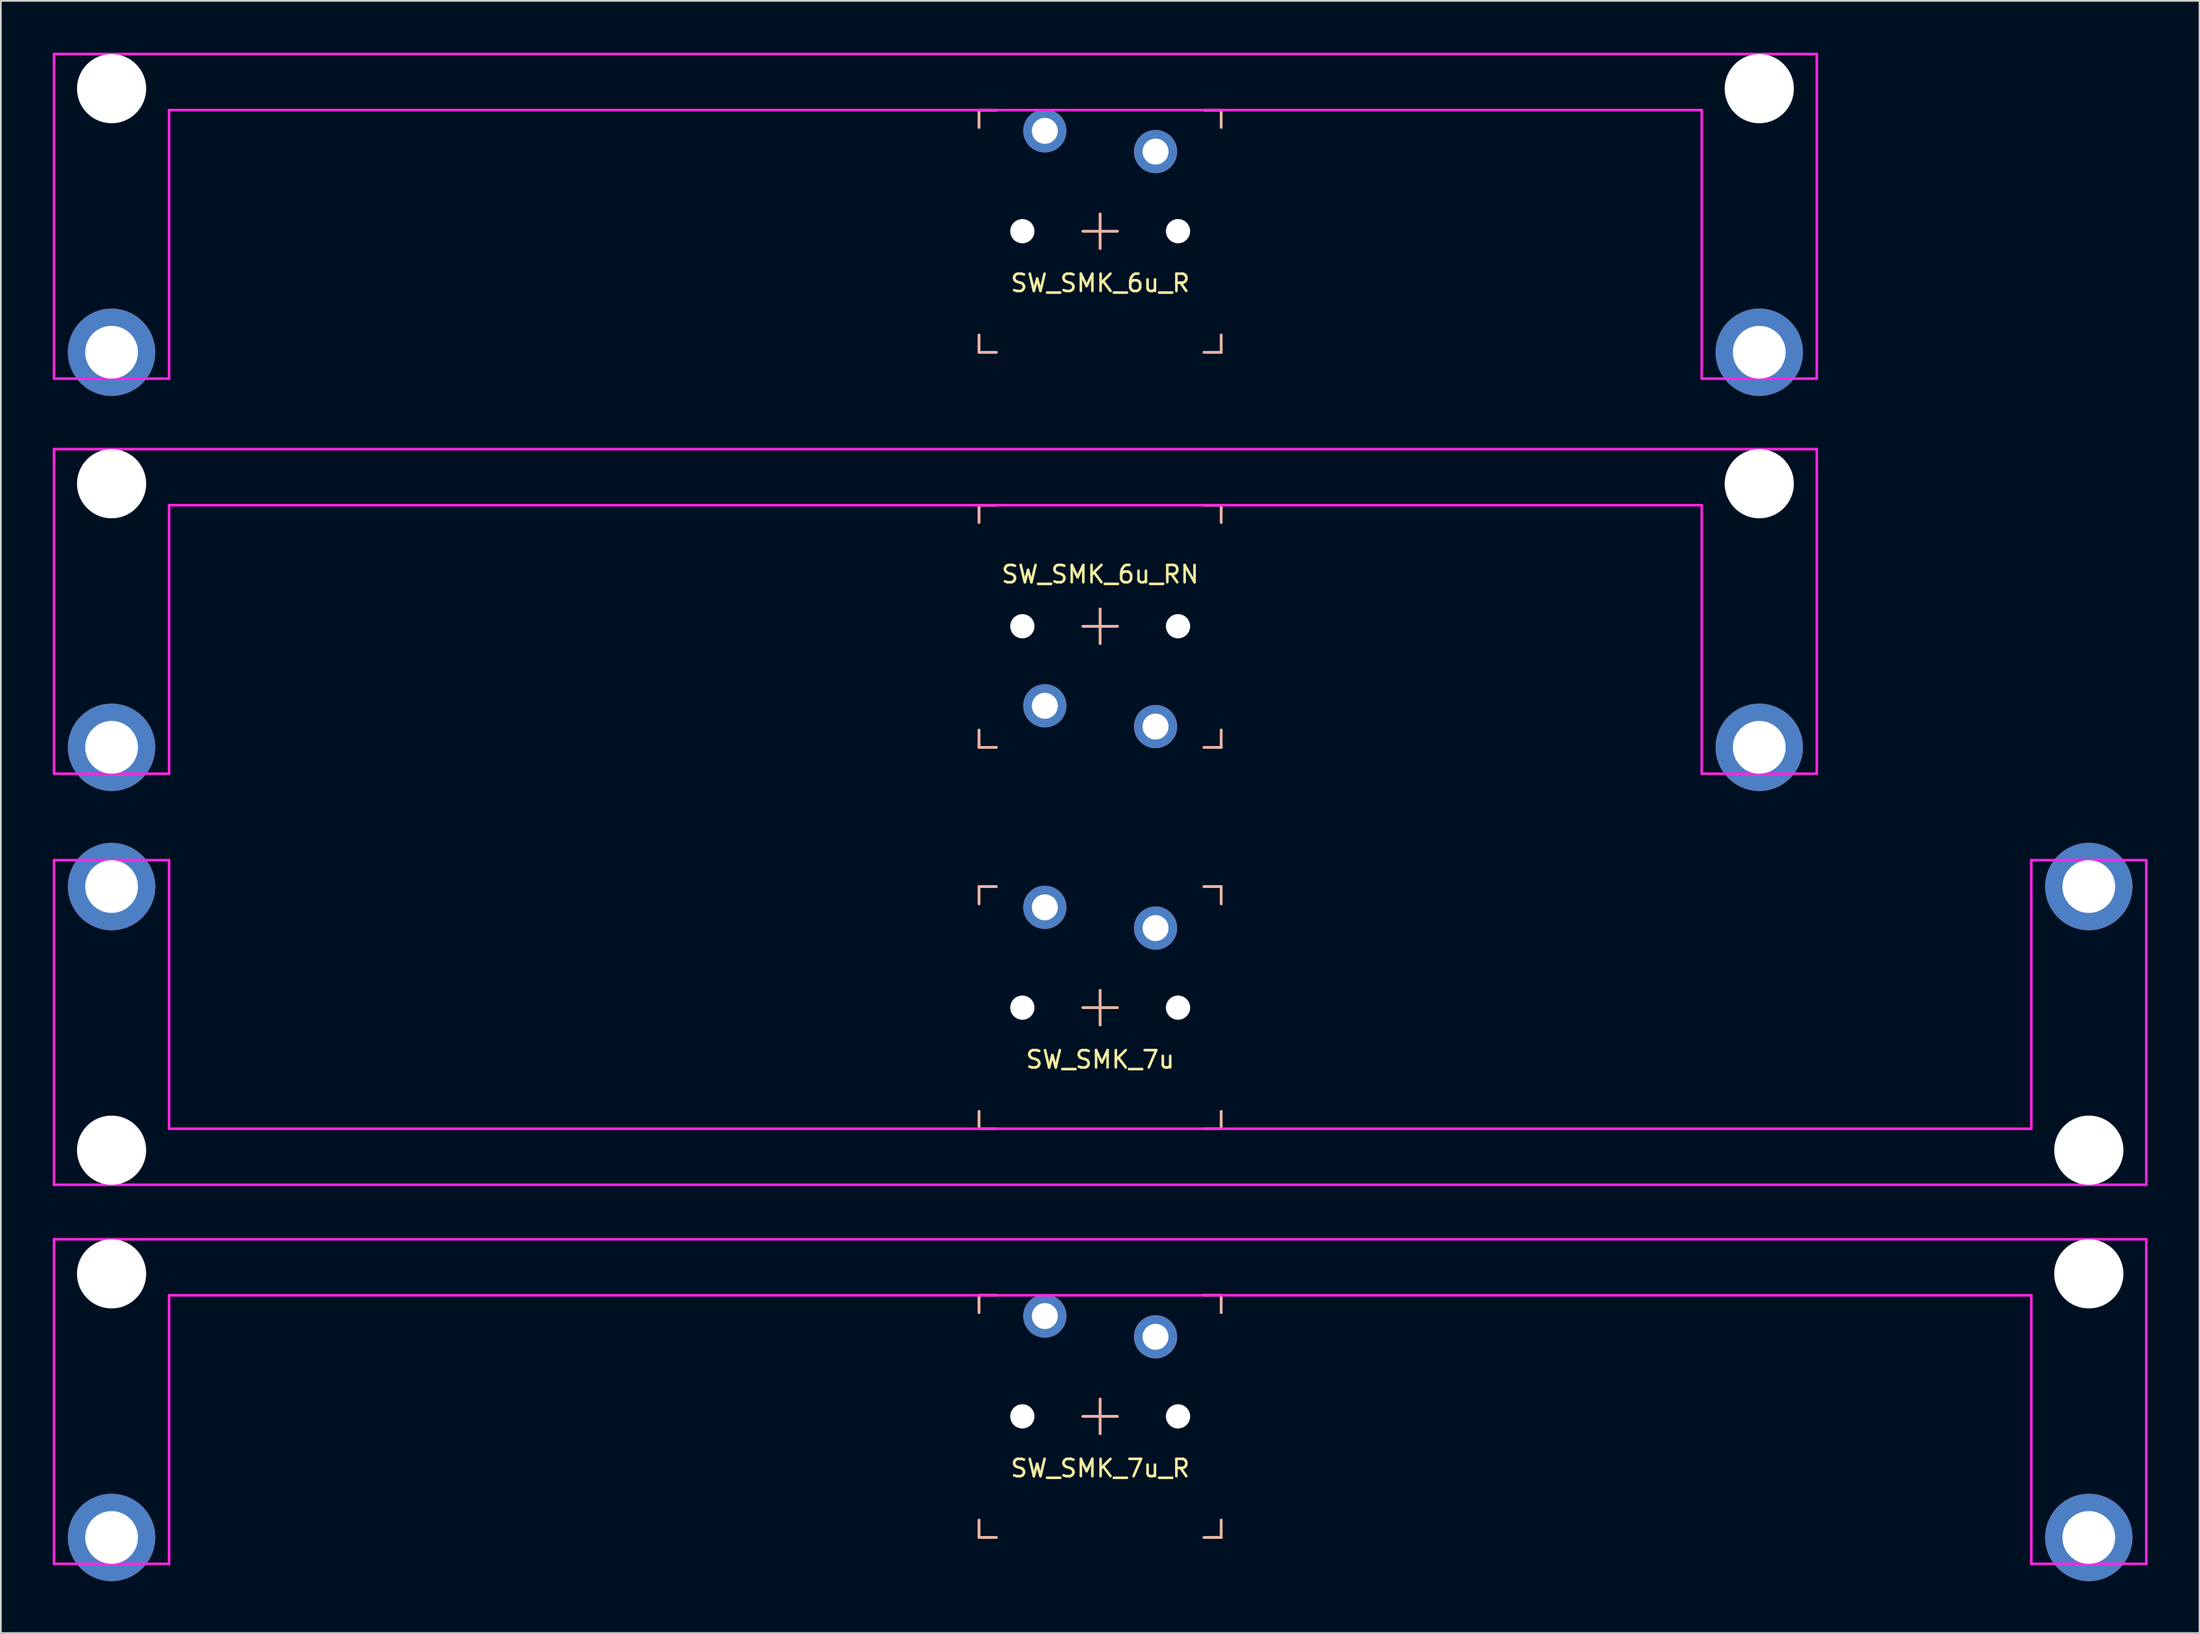
<source format=kicad_pcb>
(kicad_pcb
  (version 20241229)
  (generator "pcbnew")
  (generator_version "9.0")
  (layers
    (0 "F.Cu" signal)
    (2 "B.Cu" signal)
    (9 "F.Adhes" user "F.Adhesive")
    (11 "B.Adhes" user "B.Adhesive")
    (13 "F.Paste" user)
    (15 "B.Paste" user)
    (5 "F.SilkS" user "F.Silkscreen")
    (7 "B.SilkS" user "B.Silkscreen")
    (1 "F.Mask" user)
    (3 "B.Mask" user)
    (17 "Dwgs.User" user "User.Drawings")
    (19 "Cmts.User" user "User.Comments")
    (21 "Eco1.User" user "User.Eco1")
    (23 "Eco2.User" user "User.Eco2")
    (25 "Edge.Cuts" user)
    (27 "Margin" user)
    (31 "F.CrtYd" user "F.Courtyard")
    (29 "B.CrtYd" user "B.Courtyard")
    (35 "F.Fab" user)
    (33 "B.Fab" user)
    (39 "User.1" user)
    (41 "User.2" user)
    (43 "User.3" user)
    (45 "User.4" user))
  (footprint "SW_SMK_7u_R"
    (layer "F.Cu")
    (at 60.55 78.835)
    (property "Reference" "SW_SMK_7u_R" (at 0 3 0) (layer "F.SilkS") (effects (font (size 1 1) (thickness 0.15))))
    (attr through_hole)
    (fp_line (start -7 -7) (end -7 -6) (stroke (width 0.15) (type solid)) (layer "F.SilkS"))
    (fp_line (start -7 6) (end -7 7) (stroke (width 0.15) (type solid)) (layer "F.SilkS"))
    (fp_line (start -7 7) (end -6 7) (stroke (width 0.15) (type solid)) (layer "F.SilkS"))
    (fp_line (start -6 -7) (end -7 -7) (stroke (width 0.15) (type solid)) (layer "F.SilkS"))
    (fp_line (start -1 0) (end 1 0) (stroke (width 0.15) (type solid)) (layer "F.SilkS"))
    (fp_line (start 0 -1) (end 0 1) (stroke (width 0.15) (type solid)) (layer "F.SilkS"))
    (fp_line (start 6 7) (end 7 7) (stroke (width 0.15) (type solid)) (layer "F.SilkS"))
    (fp_line (start 7 -7) (end 6 -7) (stroke (width 0.15) (type solid)) (layer "F.SilkS"))
    (fp_line (start 7 -6) (end 7 -7) (stroke (width 0.15) (type solid)) (layer "F.SilkS"))
    (fp_line (start 7 7) (end 7 6) (stroke (width 0.15) (type solid)) (layer "F.SilkS"))
    (fp_line (start -7 -7) (end -7 -6) (stroke (width 0.15) (type solid)) (layer "B.SilkS"))
    (fp_line (start -7 6) (end -7 7) (stroke (width 0.15) (type solid)) (layer "B.SilkS"))
    (fp_line (start -7 7) (end -6 7) (stroke (width 0.15) (type solid)) (layer "B.SilkS"))
    (fp_line (start -6 -7) (end -7 -7) (stroke (width 0.15) (type solid)) (layer "B.SilkS"))
    (fp_line (start -1 0) (end 1 0) (stroke (width 0.15) (type solid)) (layer "B.SilkS"))
    (fp_line (start 0 1) (end 0 -1) (stroke (width 0.15) (type solid)) (layer "B.SilkS"))
    (fp_line (start 6 7) (end 7 7) (stroke (width 0.15) (type solid)) (layer "B.SilkS"))
    (fp_line (start 7 -7) (end 6 -7) (stroke (width 0.15) (type solid)) (layer "B.SilkS"))
    (fp_line (start 7 -6) (end 7 -7) (stroke (width 0.15) (type solid)) (layer "B.SilkS"))
    (fp_line (start 7 7) (end 7 6) (stroke (width 0.15) (type solid)) (layer "B.SilkS"))
    (fp_line (start -60.475 -10.24) (end -60.475 8.525) (stroke (width 0.15) (type solid)) (layer "F.CrtYd"))
    (fp_line (start -60.475 8.525) (end -53.825 8.525) (stroke (width 0.15) (type solid)) (layer "F.CrtYd"))
    (fp_line (start -53.825 -7) (end 53.825 -7) (stroke (width 0.15) (type solid)) (layer "F.CrtYd"))
    (fp_line (start -53.825 8.525) (end -53.825 -7) (stroke (width 0.15) (type solid)) (layer "F.CrtYd"))
    (fp_line (start 53.825 8.525) (end 53.825 -7) (stroke (width 0.15) (type solid)) (layer "F.CrtYd"))
    (fp_line (start 60.475 -10.24) (end -60.475 -10.24) (stroke (width 0.15) (type solid)) (layer "F.CrtYd"))
    (fp_line (start 60.475 -10.24) (end 60.475 8.525) (stroke (width 0.15) (type solid)) (layer "F.CrtYd"))
    (fp_line (start 60.475 8.525) (end 53.825 8.525) (stroke (width 0.15) (type solid)) (layer "F.CrtYd"))
    (pad "" np_thru_hole circle (at -57.15 -8.24) (size 4 4) (drill 4) (layers "*.Cu" "*.Mask"))
    (pad "" np_thru_hole circle (at -57.15 7) (size 3.05 3.05) (drill 3.05) (layers "*.Cu" "*.Mask"))
    (pad "" np_thru_hole circle (at -4.5 0) (size 1.4 1.4) (drill 1.4) (layers "*.Cu" "*.Mask"))
    (pad "" np_thru_hole circle (at 4.5 0) (size 1.4 1.4) (drill 1.4) (layers "*.Cu" "*.Mask"))
    (pad "" np_thru_hole circle (at 57.15 -8.24) (size 4 4) (drill 4) (layers "*.Cu" "*.Mask"))
    (pad "" np_thru_hole circle (at 57.15 7) (size 3.05 3.05) (drill 3.05) (layers "*.Cu" "*.Mask"))
    (pad "1" thru_hole circle (at -3.2 -5.8) (size 2.5 2.5) (drill 1.5) (layers "*.Cu" "*.Mask"))
    (pad "2" thru_hole circle (at 3.2 -4.6) (size 2.5 2.5) (drill 1.5) (layers "*.Cu" "*.Mask"))
    (pad "3" smd circle (at -57.15 7) (size 5.05 5.05) (layers "F.Cu"))
    (pad "3" smd circle (at -57.15 7) (size 5.05 5.05) (layers "B.Cu" "B.Mask"))
    (pad "3" smd circle (at 57.15 7) (size 5.05 5.05) (layers "F.Cu"))
    (pad "3" smd circle (at 57.15 7) (size 5.05 5.05) (layers "B.Cu" "B.Mask")))
  (footprint "SW_SMK_7u"
    (layer "F.Cu")
    (at 60.55 55.205)
    (property "Reference" "SW_SMK_7u" (at 0 3 0) (layer "F.SilkS") (effects (font (size 1 1) (thickness 0.15))))
    (attr through_hole)
    (fp_line (start -7 -7) (end -7 -6) (stroke (width 0.15) (type solid)) (layer "F.SilkS"))
    (fp_line (start -7 6) (end -7 7) (stroke (width 0.15) (type solid)) (layer "F.SilkS"))
    (fp_line (start -7 7) (end -6 7) (stroke (width 0.15) (type solid)) (layer "F.SilkS"))
    (fp_line (start -6 -7) (end -7 -7) (stroke (width 0.15) (type solid)) (layer "F.SilkS"))
    (fp_line (start -1 0) (end 1 0) (stroke (width 0.15) (type solid)) (layer "F.SilkS"))
    (fp_line (start 0 -1) (end 0 1) (stroke (width 0.15) (type solid)) (layer "F.SilkS"))
    (fp_line (start 6 7) (end 7 7) (stroke (width 0.15) (type solid)) (layer "F.SilkS"))
    (fp_line (start 7 -7) (end 6 -7) (stroke (width 0.15) (type solid)) (layer "F.SilkS"))
    (fp_line (start 7 -6) (end 7 -7) (stroke (width 0.15) (type solid)) (layer "F.SilkS"))
    (fp_line (start 7 7) (end 7 6) (stroke (width 0.15) (type solid)) (layer "F.SilkS"))
    (fp_line (start -7 -7) (end -7 -6) (stroke (width 0.15) (type solid)) (layer "B.SilkS"))
    (fp_line (start -7 6) (end -7 7) (stroke (width 0.15) (type solid)) (layer "B.SilkS"))
    (fp_line (start -7 7) (end -6 7) (stroke (width 0.15) (type solid)) (layer "B.SilkS"))
    (fp_line (start -6 -7) (end -7 -7) (stroke (width 0.15) (type solid)) (layer "B.SilkS"))
    (fp_line (start -1 0) (end 1 0) (stroke (width 0.15) (type solid)) (layer "B.SilkS"))
    (fp_line (start 0 1) (end 0 -1) (stroke (width 0.15) (type solid)) (layer "B.SilkS"))
    (fp_line (start 6 7) (end 7 7) (stroke (width 0.15) (type solid)) (layer "B.SilkS"))
    (fp_line (start 7 -7) (end 6 -7) (stroke (width 0.15) (type solid)) (layer "B.SilkS"))
    (fp_line (start 7 -6) (end 7 -7) (stroke (width 0.15) (type solid)) (layer "B.SilkS"))
    (fp_line (start 7 7) (end 7 6) (stroke (width 0.15) (type solid)) (layer "B.SilkS"))
    (fp_line (start -60.475 -8.525) (end -53.825 -8.525) (stroke (width 0.15) (type solid)) (layer "F.CrtYd"))
    (fp_line (start -60.475 10.24) (end -60.475 -8.525) (stroke (width 0.15) (type solid)) (layer "F.CrtYd"))
    (fp_line (start -60.475 10.24) (end 60.475 10.24) (stroke (width 0.15) (type solid)) (layer "F.CrtYd"))
    (fp_line (start -53.825 -8.525) (end -53.825 7) (stroke (width 0.15) (type solid)) (layer "F.CrtYd"))
    (fp_line (start 53.825 -8.525) (end 53.825 7) (stroke (width 0.15) (type solid)) (layer "F.CrtYd"))
    (fp_line (start 53.825 7) (end -53.825 7) (stroke (width 0.15) (type solid)) (layer "F.CrtYd"))
    (fp_line (start 60.475 -8.525) (end 53.825 -8.525) (stroke (width 0.15) (type solid)) (layer "F.CrtYd"))
    (fp_line (start 60.475 10.24) (end 60.475 -8.525) (stroke (width 0.15) (type solid)) (layer "F.CrtYd"))
    (pad "" np_thru_hole circle (at -57.15 -7 180) (size 3.05 3.05) (drill 3.05) (layers "*.Cu" "*.Mask"))
    (pad "" np_thru_hole circle (at -57.15 8.24 180) (size 4 4) (drill 4) (layers "*.Cu" "*.Mask"))
    (pad "" np_thru_hole circle (at -4.5 0) (size 1.4 1.4) (drill 1.4) (layers "*.Cu" "*.Mask"))
    (pad "" np_thru_hole circle (at 4.5 0) (size 1.4 1.4) (drill 1.4) (layers "*.Cu" "*.Mask"))
    (pad "" np_thru_hole circle (at 57.15 -7 180) (size 3.05 3.05) (drill 3.05) (layers "*.Cu" "*.Mask"))
    (pad "" np_thru_hole circle (at 57.15 8.24 180) (size 4 4) (drill 4) (layers "*.Cu" "*.Mask"))
    (pad "1" thru_hole circle (at -3.2 -5.8) (size 2.5 2.5) (drill 1.5) (layers "*.Cu" "*.Mask"))
    (pad "2" thru_hole circle (at 3.2 -4.6) (size 2.5 2.5) (drill 1.5) (layers "*.Cu" "*.Mask"))
    (pad "3" smd circle (at -57.15 -7 180) (size 5.05 5.05) (layers "F.Cu"))
    (pad "3" smd circle (at -57.15 -7 180) (size 5.05 5.05) (layers "B.Cu" "B.Mask"))
    (pad "3" smd circle (at 57.15 -7 180) (size 5.05 5.05) (layers "F.Cu"))
    (pad "3" smd circle (at 57.15 -7 180) (size 5.05 5.05) (layers "B.Cu" "B.Mask")))
  (footprint "SW_SMK_6u_RN"
    (layer "F.Cu")
    (at 60.55 33.155)
    (property "Reference" "SW_SMK_6u_RN" (at 0 -3 180) (layer "F.SilkS") (effects (font (size 1 1) (thickness 0.15))))
    (attr through_hole)
    (fp_line (start -7 -7) (end -7 -6) (stroke (width 0.15) (type solid)) (layer "F.SilkS"))
    (fp_line (start -7 6) (end -7 7) (stroke (width 0.15) (type solid)) (layer "F.SilkS"))
    (fp_line (start -7 7) (end -6 7) (stroke (width 0.15) (type solid)) (layer "F.SilkS"))
    (fp_line (start -6 -7) (end -7 -7) (stroke (width 0.15) (type solid)) (layer "F.SilkS"))
    (fp_line (start 0 1) (end 0 -1) (stroke (width 0.15) (type solid)) (layer "F.SilkS"))
    (fp_line (start 1 0) (end -1 0) (stroke (width 0.15) (type solid)) (layer "F.SilkS"))
    (fp_line (start 6 7) (end 7 7) (stroke (width 0.15) (type solid)) (layer "F.SilkS"))
    (fp_line (start 7 -7) (end 6 -7) (stroke (width 0.15) (type solid)) (layer "F.SilkS"))
    (fp_line (start 7 -6) (end 7 -7) (stroke (width 0.15) (type solid)) (layer "F.SilkS"))
    (fp_line (start 7 7) (end 7 6) (stroke (width 0.15) (type solid)) (layer "F.SilkS"))
    (fp_line (start -7 -7) (end -7 -6) (stroke (width 0.15) (type solid)) (layer "B.SilkS"))
    (fp_line (start -7 6) (end -7 7) (stroke (width 0.15) (type solid)) (layer "B.SilkS"))
    (fp_line (start -7 7) (end -6 7) (stroke (width 0.15) (type solid)) (layer "B.SilkS"))
    (fp_line (start -6 -7) (end -7 -7) (stroke (width 0.15) (type solid)) (layer "B.SilkS"))
    (fp_line (start 0 -1) (end 0 1) (stroke (width 0.15) (type solid)) (layer "B.SilkS"))
    (fp_line (start 1 0) (end -1 0) (stroke (width 0.15) (type solid)) (layer "B.SilkS"))
    (fp_line (start 6 7) (end 7 7) (stroke (width 0.15) (type solid)) (layer "B.SilkS"))
    (fp_line (start 7 -7) (end 6 -7) (stroke (width 0.15) (type solid)) (layer "B.SilkS"))
    (fp_line (start 7 -6) (end 7 -7) (stroke (width 0.15) (type solid)) (layer "B.SilkS"))
    (fp_line (start 7 7) (end 7 6) (stroke (width 0.15) (type solid)) (layer "B.SilkS"))
    (fp_line (start -60.475 -10.24) (end -60.475 8.525) (stroke (width 0.15) (type solid)) (layer "F.CrtYd"))
    (fp_line (start -60.475 -10.24) (end 41.425 -10.24) (stroke (width 0.15) (type solid)) (layer "F.CrtYd"))
    (fp_line (start -60.475 8.525) (end -53.825 8.525) (stroke (width 0.15) (type solid)) (layer "F.CrtYd"))
    (fp_line (start -53.825 8.525) (end -53.825 -7) (stroke (width 0.15) (type solid)) (layer "F.CrtYd"))
    (fp_line (start 34.775 -7) (end -53.825 -7) (stroke (width 0.15) (type solid)) (layer "F.CrtYd"))
    (fp_line (start 34.775 8.525) (end 34.775 -7) (stroke (width 0.15) (type solid)) (layer "F.CrtYd"))
    (fp_line (start 41.425 -10.24) (end 41.425 8.525) (stroke (width 0.15) (type solid)) (layer "F.CrtYd"))
    (fp_line (start 41.425 8.525) (end 34.775 8.525) (stroke (width 0.15) (type solid)) (layer "F.CrtYd"))
    (pad "" np_thru_hole circle (at -57.15 -8.24) (size 4 4) (drill 4) (layers "*.Cu" "*.Mask"))
    (pad "" np_thru_hole circle (at -57.15 7) (size 3.05 3.05) (drill 3.05) (layers "*.Cu" "*.Mask"))
    (pad "" np_thru_hole circle (at -4.5 0 180) (size 1.4 1.4) (drill 1.4) (layers "*.Cu" "*.Mask"))
    (pad "" np_thru_hole circle (at 4.5 0 180) (size 1.4 1.4) (drill 1.4) (layers "*.Cu" "*.Mask"))
    (pad "" np_thru_hole circle (at 38.1 -8.24) (size 4 4) (drill 4) (layers "*.Cu" "*.Mask"))
    (pad "" np_thru_hole circle (at 38.1 7) (size 3.05 3.05) (drill 3.05) (layers "*.Cu" "*.Mask"))
    (pad "1" thru_hole circle (at 3.2 5.8 180) (size 2.5 2.5) (drill 1.5) (layers "*.Cu" "*.Mask"))
    (pad "2" thru_hole circle (at -3.2 4.6 180) (size 2.5 2.5) (drill 1.5) (layers "*.Cu" "*.Mask"))
    (pad "3" smd circle (at -57.15 7) (size 5.05 5.05) (layers "F.Cu"))
    (pad "3" smd circle (at -57.15 7) (size 5.05 5.05) (layers "B.Cu" "B.Mask"))
    (pad "3" smd circle (at 38.1 7) (size 5.05 5.05) (layers "F.Cu"))
    (pad "3" smd circle (at 38.1 7) (size 5.05 5.05) (layers "B.Cu" "B.Mask")))
  (footprint "SW_SMK_6u_R"
    (layer "F.Cu")
    (at 60.55 10.315)
    (property "Reference" "SW_SMK_6u_R" (at 0 3 0) (layer "F.SilkS") (effects (font (size 1 1) (thickness 0.15))))
    (attr through_hole)
    (fp_line (start -7 -7) (end -7 -6) (stroke (width 0.15) (type solid)) (layer "F.SilkS"))
    (fp_line (start -7 6) (end -7 7) (stroke (width 0.15) (type solid)) (layer "F.SilkS"))
    (fp_line (start -7 7) (end -6 7) (stroke (width 0.15) (type solid)) (layer "F.SilkS"))
    (fp_line (start -6 -7) (end -7 -7) (stroke (width 0.15) (type solid)) (layer "F.SilkS"))
    (fp_line (start -1 0) (end 1 0) (stroke (width 0.15) (type solid)) (layer "F.SilkS"))
    (fp_line (start 0 -1) (end 0 1) (stroke (width 0.15) (type solid)) (layer "F.SilkS"))
    (fp_line (start 6 7) (end 7 7) (stroke (width 0.15) (type solid)) (layer "F.SilkS"))
    (fp_line (start 7 -7) (end 6 -7) (stroke (width 0.15) (type solid)) (layer "F.SilkS"))
    (fp_line (start 7 -6) (end 7 -7) (stroke (width 0.15) (type solid)) (layer "F.SilkS"))
    (fp_line (start 7 7) (end 7 6) (stroke (width 0.15) (type solid)) (layer "F.SilkS"))
    (fp_line (start -7 -7) (end -7 -6) (stroke (width 0.15) (type solid)) (layer "B.SilkS"))
    (fp_line (start -7 6) (end -7 7) (stroke (width 0.15) (type solid)) (layer "B.SilkS"))
    (fp_line (start -7 7) (end -6 7) (stroke (width 0.15) (type solid)) (layer "B.SilkS"))
    (fp_line (start -6 -7) (end -7 -7) (stroke (width 0.15) (type solid)) (layer "B.SilkS"))
    (fp_line (start -1 0) (end 1 0) (stroke (width 0.15) (type solid)) (layer "B.SilkS"))
    (fp_line (start 0 1) (end 0 -1) (stroke (width 0.15) (type solid)) (layer "B.SilkS"))
    (fp_line (start 6 7) (end 7 7) (stroke (width 0.15) (type solid)) (layer "B.SilkS"))
    (fp_line (start 7 -7) (end 6 -7) (stroke (width 0.15) (type solid)) (layer "B.SilkS"))
    (fp_line (start 7 -6) (end 7 -7) (stroke (width 0.15) (type solid)) (layer "B.SilkS"))
    (fp_line (start 7 7) (end 7 6) (stroke (width 0.15) (type solid)) (layer "B.SilkS"))
    (fp_line (start -60.475 -10.24) (end -60.475 8.525) (stroke (width 0.15) (type solid)) (layer "F.CrtYd"))
    (fp_line (start -60.475 -10.24) (end 41.425 -10.24) (stroke (width 0.15) (type solid)) (layer "F.CrtYd"))
    (fp_line (start -60.475 8.525) (end -53.825 8.525) (stroke (width 0.15) (type solid)) (layer "F.CrtYd"))
    (fp_line (start -53.825 8.525) (end -53.825 -7) (stroke (width 0.15) (type solid)) (layer "F.CrtYd"))
    (fp_line (start 34.775 -7) (end -53.825 -7) (stroke (width 0.15) (type solid)) (layer "F.CrtYd"))
    (fp_line (start 34.775 8.525) (end 34.775 -7) (stroke (width 0.15) (type solid)) (layer "F.CrtYd"))
    (fp_line (start 41.425 -10.24) (end 41.425 8.525) (stroke (width 0.15) (type solid)) (layer "F.CrtYd"))
    (fp_line (start 41.425 8.525) (end 34.775 8.525) (stroke (width 0.15) (type solid)) (layer "F.CrtYd"))
    (pad "" np_thru_hole circle (at -57.15 -8.24) (size 4 4) (drill 4) (layers "*.Cu" "*.Mask"))
    (pad "" np_thru_hole circle (at -57.15 7) (size 3.05 3.05) (drill 3.05) (layers "*.Cu" "*.Mask"))
    (pad "" np_thru_hole circle (at -4.5 0) (size 1.4 1.4) (drill 1.4) (layers "*.Cu" "*.Mask"))
    (pad "" np_thru_hole circle (at 4.5 0) (size 1.4 1.4) (drill 1.4) (layers "*.Cu" "*.Mask"))
    (pad "" np_thru_hole circle (at 38.1 -8.24) (size 4 4) (drill 4) (layers "*.Cu" "*.Mask"))
    (pad "" np_thru_hole circle (at 38.1 7) (size 3.05 3.05) (drill 3.05) (layers "*.Cu" "*.Mask"))
    (pad "1" thru_hole circle (at -3.2 -5.8) (size 2.5 2.5) (drill 1.5) (layers "*.Cu" "*.Mask"))
    (pad "2" thru_hole circle (at 3.2 -4.6) (size 2.5 2.5) (drill 1.5) (layers "*.Cu" "*.Mask"))
    (pad "3" smd circle (at -57.15 7) (size 5.05 5.05) (layers "F.Cu"))
    (pad "3" smd circle (at -57.15 7) (size 5.05 5.05) (layers "B.Cu" "B.Mask"))
    (pad "3" smd circle (at 38.1 7) (size 5.05 5.05) (layers "F.Cu"))
    (pad "3" smd circle (at 38.1 7) (size 5.05 5.05) (layers "B.Cu" "B.Mask")))
  (gr_rect
    (start -3 -3)
    (end 124.1 91.36)
    (stroke (width 0.1) (type default))
    (fill no)
    (layer "Edge.Cuts")))
</source>
